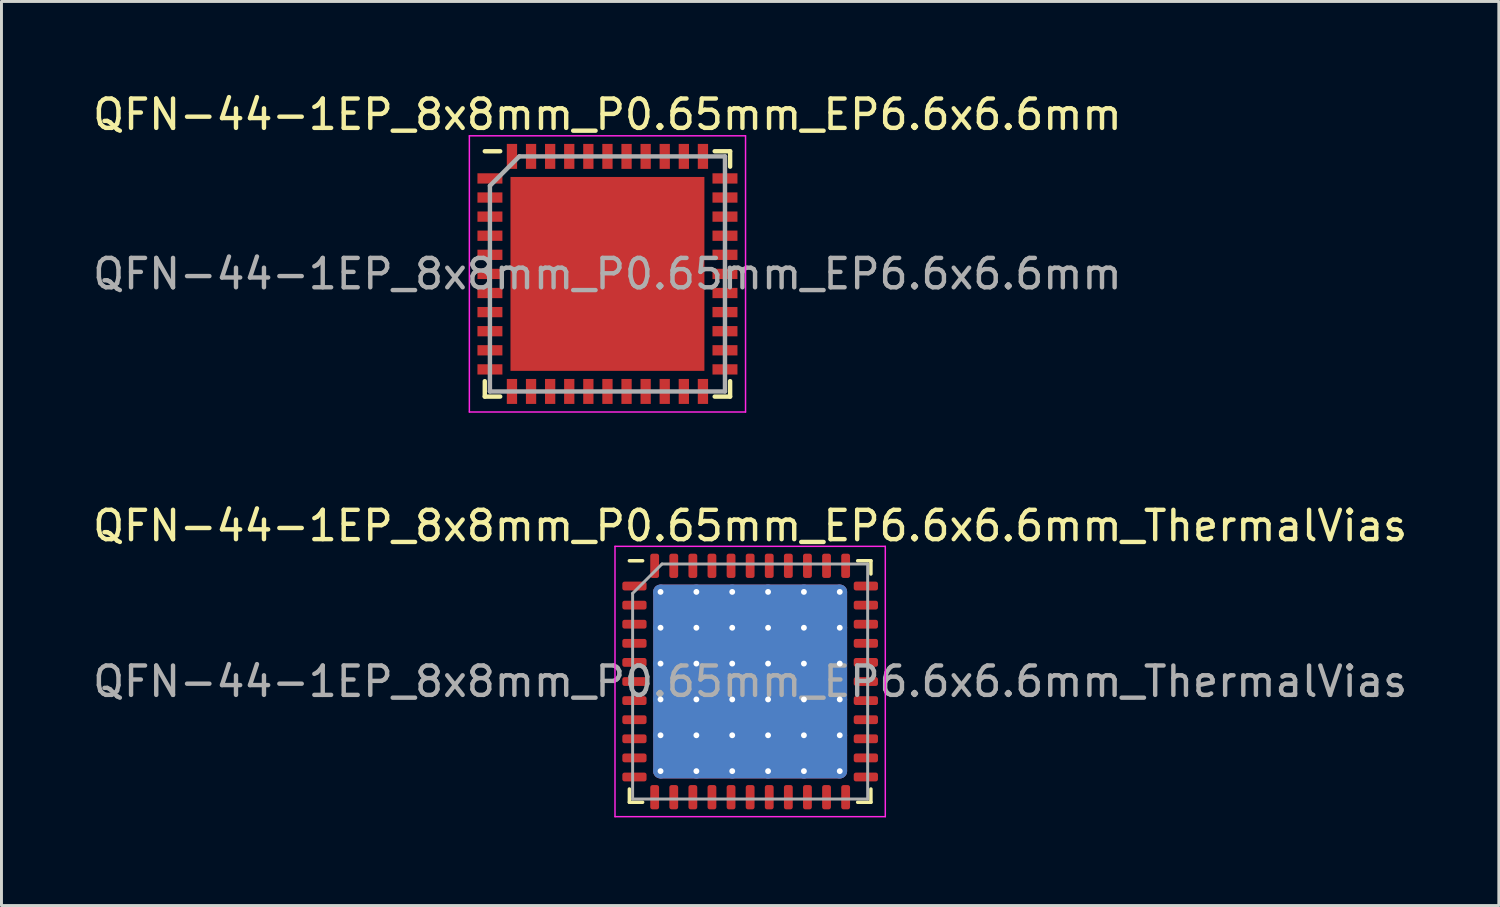
<source format=kicad_pcb>
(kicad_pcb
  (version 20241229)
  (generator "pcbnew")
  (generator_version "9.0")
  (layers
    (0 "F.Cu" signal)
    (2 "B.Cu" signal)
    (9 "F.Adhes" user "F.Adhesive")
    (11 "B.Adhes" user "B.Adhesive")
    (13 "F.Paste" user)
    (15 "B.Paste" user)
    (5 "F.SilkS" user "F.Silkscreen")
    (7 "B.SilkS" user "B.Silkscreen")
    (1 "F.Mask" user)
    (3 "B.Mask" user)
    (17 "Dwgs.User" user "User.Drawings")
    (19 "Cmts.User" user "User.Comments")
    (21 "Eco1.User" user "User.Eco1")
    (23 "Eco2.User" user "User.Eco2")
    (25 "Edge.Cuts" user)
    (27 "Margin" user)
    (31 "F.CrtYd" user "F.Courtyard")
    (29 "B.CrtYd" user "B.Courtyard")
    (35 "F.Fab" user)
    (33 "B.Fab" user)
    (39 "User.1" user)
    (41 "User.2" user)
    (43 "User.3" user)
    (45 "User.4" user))
  (footprint "QFN-44-1EP_8x8mm_P0.65mm_EP6.6x6.6mm"
    (layer "F.Cu")
    (at 17.625 6.273)
    (property "Reference" "QFN-44-1EP_8x8mm_P0.65mm_EP6.6x6.6mm" (at 0 -5.425 0) (layer "F.SilkS") (effects (font (size 1 1) (thickness 0.15))))
    (attr smd)
    (fp_line (start -4.175 -4.175) (end -3.65 -4.175) (stroke (width 0.15) (type solid)) (layer "F.SilkS"))
    (fp_line (start -4.175 4.175) (end -4.175 3.65) (stroke (width 0.15) (type solid)) (layer "F.SilkS"))
    (fp_line (start -4.175 4.175) (end -3.65 4.175) (stroke (width 0.15) (type solid)) (layer "F.SilkS"))
    (fp_line (start 4.175 -4.175) (end 3.65 -4.175) (stroke (width 0.15) (type solid)) (layer "F.SilkS"))
    (fp_line (start 4.175 -4.175) (end 4.175 -3.65) (stroke (width 0.15) (type solid)) (layer "F.SilkS"))
    (fp_line (start 4.175 4.175) (end 3.65 4.175) (stroke (width 0.15) (type solid)) (layer "F.SilkS"))
    (fp_line (start 4.175 4.175) (end 4.175 3.65) (stroke (width 0.15) (type solid)) (layer "F.SilkS"))
    (fp_line (start -4.7 -4.7) (end -4.7 4.7) (stroke (width 0.05) (type solid)) (layer "F.CrtYd"))
    (fp_line (start -4.7 -4.7) (end 4.7 -4.7) (stroke (width 0.05) (type solid)) (layer "F.CrtYd"))
    (fp_line (start -4.7 4.7) (end 4.7 4.7) (stroke (width 0.05) (type solid)) (layer "F.CrtYd"))
    (fp_line (start 4.7 -4.7) (end 4.7 4.7) (stroke (width 0.05) (type solid)) (layer "F.CrtYd"))
    (fp_line (start -4 -3) (end -3 -4) (stroke (width 0.15) (type solid)) (layer "F.Fab"))
    (fp_line (start -4 4) (end -4 -3) (stroke (width 0.15) (type solid)) (layer "F.Fab"))
    (fp_line (start -3 -4) (end 4 -4) (stroke (width 0.15) (type solid)) (layer "F.Fab"))
    (fp_line (start 4 -4) (end 4 4) (stroke (width 0.15) (type solid)) (layer "F.Fab"))
    (fp_line (start 4 4) (end -4 4) (stroke (width 0.15) (type solid)) (layer "F.Fab"))
    (fp_text user "${REFERENCE}" (at 0 0 0) (layer "F.Fab") (effects (font (size 1 1) (thickness 0.15))))
    (pad "" smd rect (at -2.64 -2.64) (size 1.06 1.06) (layers "F.Paste"))
    (pad "" smd rect (at -2.64 -1.32) (size 1.06 1.06) (layers "F.Paste"))
    (pad "" smd rect (at -2.64 0) (size 1.06 1.06) (layers "F.Paste"))
    (pad "" smd rect (at -2.64 1.32) (size 1.06 1.06) (layers "F.Paste"))
    (pad "" smd rect (at -2.64 2.64) (size 1.06 1.06) (layers "F.Paste"))
    (pad "" smd rect (at -1.32 -2.64) (size 1.06 1.06) (layers "F.Paste"))
    (pad "" smd rect (at -1.32 -1.32) (size 1.06 1.06) (layers "F.Paste"))
    (pad "" smd rect (at -1.32 0) (size 1.06 1.06) (layers "F.Paste"))
    (pad "" smd rect (at -1.32 1.32) (size 1.06 1.06) (layers "F.Paste"))
    (pad "" smd rect (at -1.32 2.64) (size 1.06 1.06) (layers "F.Paste"))
    (pad "" smd rect (at 0 -2.64) (size 1.06 1.06) (layers "F.Paste"))
    (pad "" smd rect (at 0 -1.32) (size 1.06 1.06) (layers "F.Paste"))
    (pad "" smd rect (at 0 0) (size 1.06 1.06) (layers "F.Paste"))
    (pad "" smd rect (at 0 1.32) (size 1.06 1.06) (layers "F.Paste"))
    (pad "" smd rect (at 0 2.64) (size 1.06 1.06) (layers "F.Paste"))
    (pad "" smd rect (at 1.32 -2.64) (size 1.06 1.06) (layers "F.Paste"))
    (pad "" smd rect (at 1.32 -1.32) (size 1.06 1.06) (layers "F.Paste"))
    (pad "" smd rect (at 1.32 0) (size 1.06 1.06) (layers "F.Paste"))
    (pad "" smd rect (at 1.32 1.32) (size 1.06 1.06) (layers "F.Paste"))
    (pad "" smd rect (at 1.32 2.64) (size 1.06 1.06) (layers "F.Paste"))
    (pad "" smd rect (at 2.64 -2.64) (size 1.06 1.06) (layers "F.Paste"))
    (pad "" smd rect (at 2.64 -1.32) (size 1.06 1.06) (layers "F.Paste"))
    (pad "" smd rect (at 2.64 0) (size 1.06 1.06) (layers "F.Paste"))
    (pad "" smd rect (at 2.64 1.32) (size 1.06 1.06) (layers "F.Paste"))
    (pad "" smd rect (at 2.64 2.64) (size 1.06 1.06) (layers "F.Paste"))
    (pad "1" smd rect (at -4 -3.25) (size 0.85 0.35) (layers "F.Cu" "F.Mask" "F.Paste"))
    (pad "2" smd rect (at -4 -2.6) (size 0.85 0.35) (layers "F.Cu" "F.Mask" "F.Paste"))
    (pad "3" smd rect (at -4 -1.95) (size 0.85 0.35) (layers "F.Cu" "F.Mask" "F.Paste"))
    (pad "4" smd rect (at -4 -1.3) (size 0.85 0.35) (layers "F.Cu" "F.Mask" "F.Paste"))
    (pad "5" smd rect (at -4 -0.65) (size 0.85 0.35) (layers "F.Cu" "F.Mask" "F.Paste"))
    (pad "6" smd rect (at -4 0) (size 0.85 0.35) (layers "F.Cu" "F.Mask" "F.Paste"))
    (pad "7" smd rect (at -4 0.65) (size 0.85 0.35) (layers "F.Cu" "F.Mask" "F.Paste"))
    (pad "8" smd rect (at -4 1.3) (size 0.85 0.35) (layers "F.Cu" "F.Mask" "F.Paste"))
    (pad "9" smd rect (at -4 1.95) (size 0.85 0.35) (layers "F.Cu" "F.Mask" "F.Paste"))
    (pad "10" smd rect (at -4 2.6) (size 0.85 0.35) (layers "F.Cu" "F.Mask" "F.Paste"))
    (pad "11" smd rect (at -4 3.25) (size 0.85 0.35) (layers "F.Cu" "F.Mask" "F.Paste"))
    (pad "12" smd rect (at -3.25 4 90) (size 0.85 0.35) (layers "F.Cu" "F.Mask" "F.Paste"))
    (pad "13" smd rect (at -2.6 4 90) (size 0.85 0.35) (layers "F.Cu" "F.Mask" "F.Paste"))
    (pad "14" smd rect (at -1.95 4 90) (size 0.85 0.35) (layers "F.Cu" "F.Mask" "F.Paste"))
    (pad "15" smd rect (at -1.3 4 90) (size 0.85 0.35) (layers "F.Cu" "F.Mask" "F.Paste"))
    (pad "16" smd rect (at -0.65 4 90) (size 0.85 0.35) (layers "F.Cu" "F.Mask" "F.Paste"))
    (pad "17" smd rect (at 0 4 90) (size 0.85 0.35) (layers "F.Cu" "F.Mask" "F.Paste"))
    (pad "18" smd rect (at 0.65 4 90) (size 0.85 0.35) (layers "F.Cu" "F.Mask" "F.Paste"))
    (pad "19" smd rect (at 1.3 4 90) (size 0.85 0.35) (layers "F.Cu" "F.Mask" "F.Paste"))
    (pad "20" smd rect (at 1.95 4 90) (size 0.85 0.35) (layers "F.Cu" "F.Mask" "F.Paste"))
    (pad "21" smd rect (at 2.6 4 90) (size 0.85 0.35) (layers "F.Cu" "F.Mask" "F.Paste"))
    (pad "22" smd rect (at 3.25 4 90) (size 0.85 0.35) (layers "F.Cu" "F.Mask" "F.Paste"))
    (pad "23" smd rect (at 4 3.25) (size 0.85 0.35) (layers "F.Cu" "F.Mask" "F.Paste"))
    (pad "24" smd rect (at 4 2.6) (size 0.85 0.35) (layers "F.Cu" "F.Mask" "F.Paste"))
    (pad "25" smd rect (at 4 1.95) (size 0.85 0.35) (layers "F.Cu" "F.Mask" "F.Paste"))
    (pad "26" smd rect (at 4 1.3) (size 0.85 0.35) (layers "F.Cu" "F.Mask" "F.Paste"))
    (pad "27" smd rect (at 4 0.65) (size 0.85 0.35) (layers "F.Cu" "F.Mask" "F.Paste"))
    (pad "28" smd rect (at 4 0) (size 0.85 0.35) (layers "F.Cu" "F.Mask" "F.Paste"))
    (pad "29" smd rect (at 4 -0.65) (size 0.85 0.35) (layers "F.Cu" "F.Mask" "F.Paste"))
    (pad "30" smd rect (at 4 -1.3) (size 0.85 0.35) (layers "F.Cu" "F.Mask" "F.Paste"))
    (pad "31" smd rect (at 4 -1.95) (size 0.85 0.35) (layers "F.Cu" "F.Mask" "F.Paste"))
    (pad "32" smd rect (at 4 -2.6) (size 0.85 0.35) (layers "F.Cu" "F.Mask" "F.Paste"))
    (pad "33" smd rect (at 4 -3.25) (size 0.85 0.35) (layers "F.Cu" "F.Mask" "F.Paste"))
    (pad "34" smd rect (at 3.25 -4 90) (size 0.85 0.35) (layers "F.Cu" "F.Mask" "F.Paste"))
    (pad "35" smd rect (at 2.6 -4 90) (size 0.85 0.35) (layers "F.Cu" "F.Mask" "F.Paste"))
    (pad "36" smd rect (at 1.95 -4 90) (size 0.85 0.35) (layers "F.Cu" "F.Mask" "F.Paste"))
    (pad "37" smd rect (at 1.3 -4 90) (size 0.85 0.35) (layers "F.Cu" "F.Mask" "F.Paste"))
    (pad "38" smd rect (at 0.65 -4 90) (size 0.85 0.35) (layers "F.Cu" "F.Mask" "F.Paste"))
    (pad "39" smd rect (at 0 -4 90) (size 0.85 0.35) (layers "F.Cu" "F.Mask" "F.Paste"))
    (pad "40" smd rect (at -0.65 -4 90) (size 0.85 0.35) (layers "F.Cu" "F.Mask" "F.Paste"))
    (pad "41" smd rect (at -1.3 -4 90) (size 0.85 0.35) (layers "F.Cu" "F.Mask" "F.Paste"))
    (pad "42" smd rect (at -1.95 -4 90) (size 0.85 0.35) (layers "F.Cu" "F.Mask" "F.Paste"))
    (pad "43" smd rect (at -2.6 -4 90) (size 0.85 0.35) (layers "F.Cu" "F.Mask" "F.Paste"))
    (pad "44" smd rect (at -3.25 -4 90) (size 0.85 0.35) (layers "F.Cu" "F.Mask" "F.Paste"))
    (pad "45" smd rect (at 0 0) (size 6.6 6.6) (layers "F.Cu" "F.Mask")))
  (footprint "QFN-44-1EP_8x8mm_P0.65mm_EP6.6x6.6mm_ThermalVias"
    (layer "F.Cu")
    (at 22.482 20.146)
    (property "Reference" "QFN-44-1EP_8x8mm_P0.65mm_EP6.6x6.6mm_ThermalVias" (at 0 -5.3 0) (layer "F.SilkS") (effects (font (size 1 1) (thickness 0.15))))
    (attr smd)
    (fp_line (start -4.11 4.11) (end -4.11 3.66) (stroke (width 0.12) (type solid)) (layer "F.SilkS"))
    (fp_line (start -3.66 -4.11) (end -4.11 -4.11) (stroke (width 0.12) (type solid)) (layer "F.SilkS"))
    (fp_line (start -3.66 4.11) (end -4.11 4.11) (stroke (width 0.12) (type solid)) (layer "F.SilkS"))
    (fp_line (start 3.66 -4.11) (end 4.11 -4.11) (stroke (width 0.12) (type solid)) (layer "F.SilkS"))
    (fp_line (start 3.66 4.11) (end 4.11 4.11) (stroke (width 0.12) (type solid)) (layer "F.SilkS"))
    (fp_line (start 4.11 -4.11) (end 4.11 -3.66) (stroke (width 0.12) (type solid)) (layer "F.SilkS"))
    (fp_line (start 4.11 4.11) (end 4.11 3.66) (stroke (width 0.12) (type solid)) (layer "F.SilkS"))
    (fp_line (start -4.6 -4.6) (end -4.6 4.6) (stroke (width 0.05) (type solid)) (layer "F.CrtYd"))
    (fp_line (start -4.6 4.6) (end 4.6 4.6) (stroke (width 0.05) (type solid)) (layer "F.CrtYd"))
    (fp_line (start 4.6 -4.6) (end -4.6 -4.6) (stroke (width 0.05) (type solid)) (layer "F.CrtYd"))
    (fp_line (start 4.6 4.6) (end 4.6 -4.6) (stroke (width 0.05) (type solid)) (layer "F.CrtYd"))
    (fp_line (start -4 -3) (end -3 -4) (stroke (width 0.1) (type solid)) (layer "F.Fab"))
    (fp_line (start -4 4) (end -4 -3) (stroke (width 0.1) (type solid)) (layer "F.Fab"))
    (fp_line (start -3 -4) (end 4 -4) (stroke (width 0.1) (type solid)) (layer "F.Fab"))
    (fp_line (start 4 -4) (end 4 4) (stroke (width 0.1) (type solid)) (layer "F.Fab"))
    (fp_line (start 4 4) (end -4 4) (stroke (width 0.1) (type solid)) (layer "F.Fab"))
    (fp_text user "${REFERENCE}" (at 0 0 0) (layer "F.Fab") (effects (font (size 1 1) (thickness 0.15))))
    (pad "" smd roundrect (at -2.44 -2.44) (size 1.022 1.022) (layers "F.Paste") (roundrect_rratio 0.245))
    (pad "" smd roundrect (at -2.44 -1.22) (size 1.022 1.022) (layers "F.Paste") (roundrect_rratio 0.245))
    (pad "" smd roundrect (at -2.44 0) (size 1.022 1.022) (layers "F.Paste") (roundrect_rratio 0.245))
    (pad "" smd roundrect (at -2.44 1.22) (size 1.022 1.022) (layers "F.Paste") (roundrect_rratio 0.245))
    (pad "" smd roundrect (at -2.44 2.44) (size 1.022 1.022) (layers "F.Paste") (roundrect_rratio 0.245))
    (pad "" smd roundrect (at -1.22 -2.44) (size 1.022 1.022) (layers "F.Paste") (roundrect_rratio 0.245))
    (pad "" smd roundrect (at -1.22 -1.22) (size 1.022 1.022) (layers "F.Paste") (roundrect_rratio 0.245))
    (pad "" smd roundrect (at -1.22 0) (size 1.022 1.022) (layers "F.Paste") (roundrect_rratio 0.245))
    (pad "" smd roundrect (at -1.22 1.22) (size 1.022 1.022) (layers "F.Paste") (roundrect_rratio 0.245))
    (pad "" smd roundrect (at -1.22 2.44) (size 1.022 1.022) (layers "F.Paste") (roundrect_rratio 0.245))
    (pad "" smd roundrect (at 0 -2.44) (size 1.022 1.022) (layers "F.Paste") (roundrect_rratio 0.245))
    (pad "" smd roundrect (at 0 -1.22) (size 1.022 1.022) (layers "F.Paste") (roundrect_rratio 0.245))
    (pad "" smd roundrect (at 0 0) (size 1.022 1.022) (layers "F.Paste") (roundrect_rratio 0.245))
    (pad "" smd roundrect (at 0 1.22) (size 1.022 1.022) (layers "F.Paste") (roundrect_rratio 0.245))
    (pad "" smd roundrect (at 0 2.44) (size 1.022 1.022) (layers "F.Paste") (roundrect_rratio 0.245))
    (pad "" smd roundrect (at 1.22 -2.44) (size 1.022 1.022) (layers "F.Paste") (roundrect_rratio 0.245))
    (pad "" smd roundrect (at 1.22 -1.22) (size 1.022 1.022) (layers "F.Paste") (roundrect_rratio 0.245))
    (pad "" smd roundrect (at 1.22 0) (size 1.022 1.022) (layers "F.Paste") (roundrect_rratio 0.245))
    (pad "" smd roundrect (at 1.22 1.22) (size 1.022 1.022) (layers "F.Paste") (roundrect_rratio 0.245))
    (pad "" smd roundrect (at 1.22 2.44) (size 1.022 1.022) (layers "F.Paste") (roundrect_rratio 0.245))
    (pad "" smd roundrect (at 2.44 -2.44) (size 1.022 1.022) (layers "F.Paste") (roundrect_rratio 0.245))
    (pad "" smd roundrect (at 2.44 -1.22) (size 1.022 1.022) (layers "F.Paste") (roundrect_rratio 0.245))
    (pad "" smd roundrect (at 2.44 0) (size 1.022 1.022) (layers "F.Paste") (roundrect_rratio 0.245))
    (pad "" smd roundrect (at 2.44 1.22) (size 1.022 1.022) (layers "F.Paste") (roundrect_rratio 0.245))
    (pad "" smd roundrect (at 2.44 2.44) (size 1.022 1.022) (layers "F.Paste") (roundrect_rratio 0.245))
    (pad "1" smd roundrect (at -3.938 -3.25) (size 0.825 0.3) (layers "F.Cu" "F.Mask" "F.Paste") (roundrect_rratio 0.25))
    (pad "2" smd roundrect (at -3.938 -2.6) (size 0.825 0.3) (layers "F.Cu" "F.Mask" "F.Paste") (roundrect_rratio 0.25))
    (pad "3" smd roundrect (at -3.938 -1.95) (size 0.825 0.3) (layers "F.Cu" "F.Mask" "F.Paste") (roundrect_rratio 0.25))
    (pad "4" smd roundrect (at -3.938 -1.3) (size 0.825 0.3) (layers "F.Cu" "F.Mask" "F.Paste") (roundrect_rratio 0.25))
    (pad "5" smd roundrect (at -3.938 -0.65) (size 0.825 0.3) (layers "F.Cu" "F.Mask" "F.Paste") (roundrect_rratio 0.25))
    (pad "6" smd roundrect (at -3.938 0) (size 0.825 0.3) (layers "F.Cu" "F.Mask" "F.Paste") (roundrect_rratio 0.25))
    (pad "7" smd roundrect (at -3.938 0.65) (size 0.825 0.3) (layers "F.Cu" "F.Mask" "F.Paste") (roundrect_rratio 0.25))
    (pad "8" smd roundrect (at -3.938 1.3) (size 0.825 0.3) (layers "F.Cu" "F.Mask" "F.Paste") (roundrect_rratio 0.25))
    (pad "9" smd roundrect (at -3.938 1.95) (size 0.825 0.3) (layers "F.Cu" "F.Mask" "F.Paste") (roundrect_rratio 0.25))
    (pad "10" smd roundrect (at -3.938 2.6) (size 0.825 0.3) (layers "F.Cu" "F.Mask" "F.Paste") (roundrect_rratio 0.25))
    (pad "11" smd roundrect (at -3.938 3.25) (size 0.825 0.3) (layers "F.Cu" "F.Mask" "F.Paste") (roundrect_rratio 0.25))
    (pad "12" smd roundrect (at -3.25 3.938) (size 0.3 0.825) (layers "F.Cu" "F.Mask" "F.Paste") (roundrect_rratio 0.25))
    (pad "13" smd roundrect (at -2.6 3.938) (size 0.3 0.825) (layers "F.Cu" "F.Mask" "F.Paste") (roundrect_rratio 0.25))
    (pad "14" smd roundrect (at -1.95 3.938) (size 0.3 0.825) (layers "F.Cu" "F.Mask" "F.Paste") (roundrect_rratio 0.25))
    (pad "15" smd roundrect (at -1.3 3.938) (size 0.3 0.825) (layers "F.Cu" "F.Mask" "F.Paste") (roundrect_rratio 0.25))
    (pad "16" smd roundrect (at -0.65 3.938) (size 0.3 0.825) (layers "F.Cu" "F.Mask" "F.Paste") (roundrect_rratio 0.25))
    (pad "17" smd roundrect (at 0 3.938) (size 0.3 0.825) (layers "F.Cu" "F.Mask" "F.Paste") (roundrect_rratio 0.25))
    (pad "18" smd roundrect (at 0.65 3.938) (size 0.3 0.825) (layers "F.Cu" "F.Mask" "F.Paste") (roundrect_rratio 0.25))
    (pad "19" smd roundrect (at 1.3 3.938) (size 0.3 0.825) (layers "F.Cu" "F.Mask" "F.Paste") (roundrect_rratio 0.25))
    (pad "20" smd roundrect (at 1.95 3.938) (size 0.3 0.825) (layers "F.Cu" "F.Mask" "F.Paste") (roundrect_rratio 0.25))
    (pad "21" smd roundrect (at 2.6 3.938) (size 0.3 0.825) (layers "F.Cu" "F.Mask" "F.Paste") (roundrect_rratio 0.25))
    (pad "22" smd roundrect (at 3.25 3.938) (size 0.3 0.825) (layers "F.Cu" "F.Mask" "F.Paste") (roundrect_rratio 0.25))
    (pad "23" smd roundrect (at 3.938 3.25) (size 0.825 0.3) (layers "F.Cu" "F.Mask" "F.Paste") (roundrect_rratio 0.25))
    (pad "24" smd roundrect (at 3.938 2.6) (size 0.825 0.3) (layers "F.Cu" "F.Mask" "F.Paste") (roundrect_rratio 0.25))
    (pad "25" smd roundrect (at 3.938 1.95) (size 0.825 0.3) (layers "F.Cu" "F.Mask" "F.Paste") (roundrect_rratio 0.25))
    (pad "26" smd roundrect (at 3.938 1.3) (size 0.825 0.3) (layers "F.Cu" "F.Mask" "F.Paste") (roundrect_rratio 0.25))
    (pad "27" smd roundrect (at 3.938 0.65) (size 0.825 0.3) (layers "F.Cu" "F.Mask" "F.Paste") (roundrect_rratio 0.25))
    (pad "28" smd roundrect (at 3.938 0) (size 0.825 0.3) (layers "F.Cu" "F.Mask" "F.Paste") (roundrect_rratio 0.25))
    (pad "29" smd roundrect (at 3.938 -0.65) (size 0.825 0.3) (layers "F.Cu" "F.Mask" "F.Paste") (roundrect_rratio 0.25))
    (pad "30" smd roundrect (at 3.938 -1.3) (size 0.825 0.3) (layers "F.Cu" "F.Mask" "F.Paste") (roundrect_rratio 0.25))
    (pad "31" smd roundrect (at 3.938 -1.95) (size 0.825 0.3) (layers "F.Cu" "F.Mask" "F.Paste") (roundrect_rratio 0.25))
    (pad "32" smd roundrect (at 3.938 -2.6) (size 0.825 0.3) (layers "F.Cu" "F.Mask" "F.Paste") (roundrect_rratio 0.25))
    (pad "33" smd roundrect (at 3.938 -3.25) (size 0.825 0.3) (layers "F.Cu" "F.Mask" "F.Paste") (roundrect_rratio 0.25))
    (pad "34" smd roundrect (at 3.25 -3.938) (size 0.3 0.825) (layers "F.Cu" "F.Mask" "F.Paste") (roundrect_rratio 0.25))
    (pad "35" smd roundrect (at 2.6 -3.938) (size 0.3 0.825) (layers "F.Cu" "F.Mask" "F.Paste") (roundrect_rratio 0.25))
    (pad "36" smd roundrect (at 1.95 -3.938) (size 0.3 0.825) (layers "F.Cu" "F.Mask" "F.Paste") (roundrect_rratio 0.25))
    (pad "37" smd roundrect (at 1.3 -3.938) (size 0.3 0.825) (layers "F.Cu" "F.Mask" "F.Paste") (roundrect_rratio 0.25))
    (pad "38" smd roundrect (at 0.65 -3.938) (size 0.3 0.825) (layers "F.Cu" "F.Mask" "F.Paste") (roundrect_rratio 0.25))
    (pad "39" smd roundrect (at 0 -3.938) (size 0.3 0.825) (layers "F.Cu" "F.Mask" "F.Paste") (roundrect_rratio 0.25))
    (pad "40" smd roundrect (at -0.65 -3.938) (size 0.3 0.825) (layers "F.Cu" "F.Mask" "F.Paste") (roundrect_rratio 0.25))
    (pad "41" smd roundrect (at -1.3 -3.938) (size 0.3 0.825) (layers "F.Cu" "F.Mask" "F.Paste") (roundrect_rratio 0.25))
    (pad "42" smd roundrect (at -1.95 -3.938) (size 0.3 0.825) (layers "F.Cu" "F.Mask" "F.Paste") (roundrect_rratio 0.25))
    (pad "43" smd roundrect (at -2.6 -3.938) (size 0.3 0.825) (layers "F.Cu" "F.Mask" "F.Paste") (roundrect_rratio 0.25))
    (pad "44" smd roundrect (at -3.25 -3.938) (size 0.3 0.825) (layers "F.Cu" "F.Mask" "F.Paste") (roundrect_rratio 0.25))
    (pad "45" thru_hole circle (at -3.05 -3.05) (size 0.5 0.5) (drill 0.2) (layers "*.Cu"))
    (pad "45" thru_hole circle (at -3.05 -1.83) (size 0.5 0.5) (drill 0.2) (layers "*.Cu"))
    (pad "45" thru_hole circle (at -3.05 -0.61) (size 0.5 0.5) (drill 0.2) (layers "*.Cu"))
    (pad "45" thru_hole circle (at -3.05 0.61) (size 0.5 0.5) (drill 0.2) (layers "*.Cu"))
    (pad "45" thru_hole circle (at -3.05 1.83) (size 0.5 0.5) (drill 0.2) (layers "*.Cu"))
    (pad "45" thru_hole circle (at -3.05 3.05) (size 0.5 0.5) (drill 0.2) (layers "*.Cu"))
    (pad "45" thru_hole circle (at -1.83 -3.05) (size 0.5 0.5) (drill 0.2) (layers "*.Cu"))
    (pad "45" thru_hole circle (at -1.83 -1.83) (size 0.5 0.5) (drill 0.2) (layers "*.Cu"))
    (pad "45" thru_hole circle (at -1.83 -0.61) (size 0.5 0.5) (drill 0.2) (layers "*.Cu"))
    (pad "45" thru_hole circle (at -1.83 0.61) (size 0.5 0.5) (drill 0.2) (layers "*.Cu"))
    (pad "45" thru_hole circle (at -1.83 1.83) (size 0.5 0.5) (drill 0.2) (layers "*.Cu"))
    (pad "45" thru_hole circle (at -1.83 3.05) (size 0.5 0.5) (drill 0.2) (layers "*.Cu"))
    (pad "45" thru_hole circle (at -0.61 -3.05) (size 0.5 0.5) (drill 0.2) (layers "*.Cu"))
    (pad "45" thru_hole circle (at -0.61 -1.83) (size 0.5 0.5) (drill 0.2) (layers "*.Cu"))
    (pad "45" thru_hole circle (at -0.61 -0.61) (size 0.5 0.5) (drill 0.2) (layers "*.Cu"))
    (pad "45" thru_hole circle (at -0.61 0.61) (size 0.5 0.5) (drill 0.2) (layers "*.Cu"))
    (pad "45" thru_hole circle (at -0.61 1.83) (size 0.5 0.5) (drill 0.2) (layers "*.Cu"))
    (pad "45" thru_hole circle (at -0.61 3.05) (size 0.5 0.5) (drill 0.2) (layers "*.Cu"))
    (pad "45" smd roundrect (at 0 0) (size 6.6 6.6) (layers "F.Cu" "F.Mask") (roundrect_rratio 0.038))
    (pad "45" smd roundrect (at 0 0) (size 6.6 6.6) (layers "B.Cu") (roundrect_rratio 0.038))
    (pad "45" thru_hole circle (at 0.61 -3.05) (size 0.5 0.5) (drill 0.2) (layers "*.Cu"))
    (pad "45" thru_hole circle (at 0.61 -1.83) (size 0.5 0.5) (drill 0.2) (layers "*.Cu"))
    (pad "45" thru_hole circle (at 0.61 -0.61) (size 0.5 0.5) (drill 0.2) (layers "*.Cu"))
    (pad "45" thru_hole circle (at 0.61 0.61) (size 0.5 0.5) (drill 0.2) (layers "*.Cu"))
    (pad "45" thru_hole circle (at 0.61 1.83) (size 0.5 0.5) (drill 0.2) (layers "*.Cu"))
    (pad "45" thru_hole circle (at 0.61 3.05) (size 0.5 0.5) (drill 0.2) (layers "*.Cu"))
    (pad "45" thru_hole circle (at 1.83 -3.05) (size 0.5 0.5) (drill 0.2) (layers "*.Cu"))
    (pad "45" thru_hole circle (at 1.83 -1.83) (size 0.5 0.5) (drill 0.2) (layers "*.Cu"))
    (pad "45" thru_hole circle (at 1.83 -0.61) (size 0.5 0.5) (drill 0.2) (layers "*.Cu"))
    (pad "45" thru_hole circle (at 1.83 0.61) (size 0.5 0.5) (drill 0.2) (layers "*.Cu"))
    (pad "45" thru_hole circle (at 1.83 1.83) (size 0.5 0.5) (drill 0.2) (layers "*.Cu"))
    (pad "45" thru_hole circle (at 1.83 3.05) (size 0.5 0.5) (drill 0.2) (layers "*.Cu"))
    (pad "45" thru_hole circle (at 3.05 -3.05) (size 0.5 0.5) (drill 0.2) (layers "*.Cu"))
    (pad "45" thru_hole circle (at 3.05 -1.83) (size 0.5 0.5) (drill 0.2) (layers "*.Cu"))
    (pad "45" thru_hole circle (at 3.05 -0.61) (size 0.5 0.5) (drill 0.2) (layers "*.Cu"))
    (pad "45" thru_hole circle (at 3.05 0.61) (size 0.5 0.5) (drill 0.2) (layers "*.Cu"))
    (pad "45" thru_hole circle (at 3.05 1.83) (size 0.5 0.5) (drill 0.2) (layers "*.Cu"))
    (pad "45" thru_hole circle (at 3.05 3.05) (size 0.5 0.5) (drill 0.2) (layers "*.Cu")))
  (gr_rect
    (start -3 -3)
    (end 47.964 27.771)
    (stroke (width 0.1) (type default))
    (fill no)
    (layer "Edge.Cuts")))
</source>
